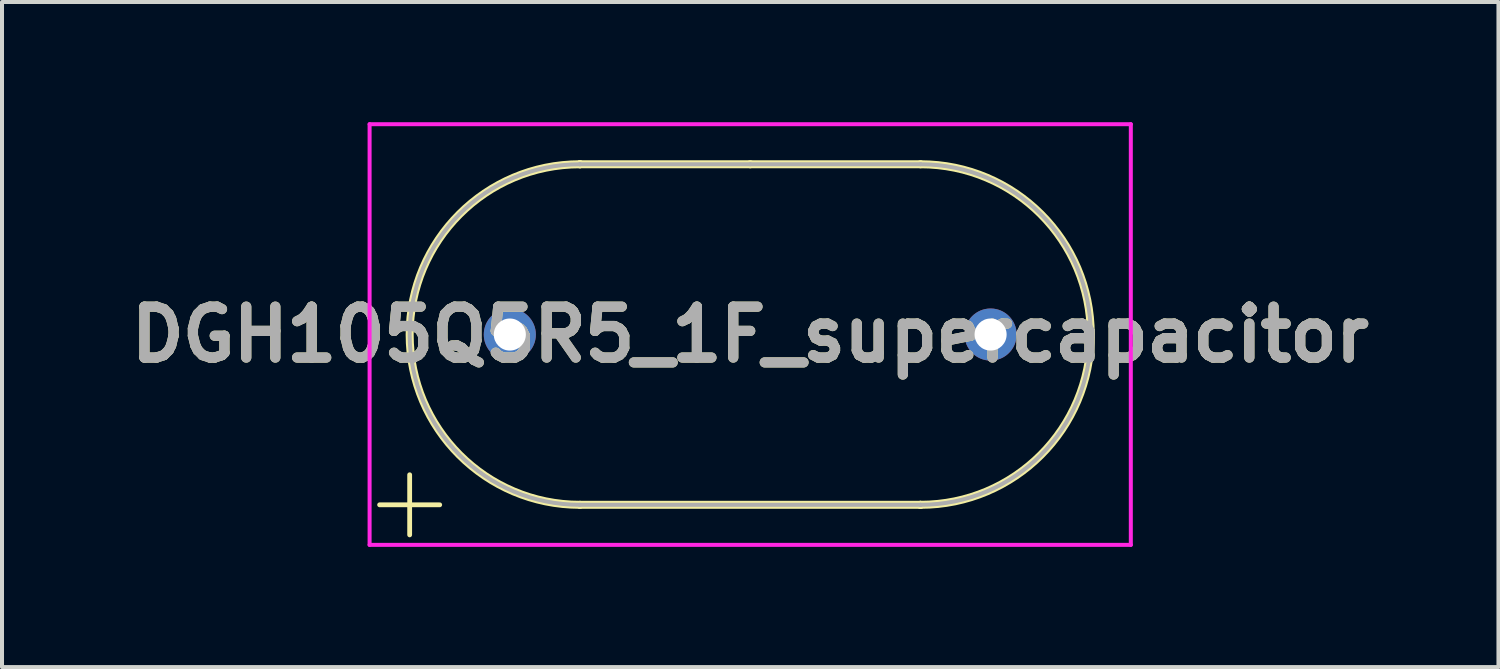
<source format=kicad_pcb>
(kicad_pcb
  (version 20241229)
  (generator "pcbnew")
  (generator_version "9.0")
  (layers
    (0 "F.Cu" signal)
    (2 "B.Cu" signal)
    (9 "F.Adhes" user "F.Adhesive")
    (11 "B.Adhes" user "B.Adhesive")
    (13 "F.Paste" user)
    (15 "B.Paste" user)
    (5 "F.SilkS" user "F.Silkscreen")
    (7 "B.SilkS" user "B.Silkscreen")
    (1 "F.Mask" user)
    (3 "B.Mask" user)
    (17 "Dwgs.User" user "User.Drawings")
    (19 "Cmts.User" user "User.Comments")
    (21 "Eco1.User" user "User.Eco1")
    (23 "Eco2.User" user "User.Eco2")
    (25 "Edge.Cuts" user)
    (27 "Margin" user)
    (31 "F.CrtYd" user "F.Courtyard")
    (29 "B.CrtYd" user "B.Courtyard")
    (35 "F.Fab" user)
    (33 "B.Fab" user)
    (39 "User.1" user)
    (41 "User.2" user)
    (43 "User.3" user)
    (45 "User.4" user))
  (footprint "DGH105Q5R5_1F_supercapacitor"
    (layer "F.Cu")
    (at 9.675 5.3)
    (property "Reference" "DGH105Q5R5_1F_supercapacitor" (at 6 0 0) (layer "F.SilkS") (effects (font (size 1.27 1.27) (thickness 0.254))))
    (attr through_hole)
    (fp_line (start -2.5 3.5) (end -2.5 5) (stroke (width 0.12) (type solid)) (layer "F.SilkS"))
    (fp_line (start -1.75 4.25) (end -3.25 4.25) (stroke (width 0.12) (type solid)) (layer "F.SilkS"))
    (fp_line (start 1.75 -4.25) (end 1.75 -4.25) (stroke (width 0.2) (type solid)) (layer "F.SilkS"))
    (fp_line (start 1.75 4.25) (end 10.25 4.25) (stroke (width 0.2) (type solid)) (layer "F.SilkS"))
    (fp_line (start 6 -4.25) (end 1.75 -4.25) (stroke (width 0.2) (type solid)) (layer "F.SilkS"))
    (fp_line (start 10.25 -4.25) (end 6 -4.25) (stroke (width 0.2) (type solid)) (layer "F.SilkS"))
    (fp_line (start 10.25 4.25) (end 10.25 4.25) (stroke (width 0.2) (type solid)) (layer "F.SilkS"))
    (fp_arc (start 1.75 4.25) (mid -2.5 0) (end 1.75 -4.25) (stroke (width 0.2) (type solid)) (layer "F.SilkS"))
    (fp_arc (start 10.25 -4.25) (mid 14.5 0) (end 10.25 4.25) (stroke (width 0.2) (type solid)) (layer "F.SilkS"))
    (fp_line (start -3.5 -5.25) (end 15.5 -5.25) (stroke (width 0.1) (type solid)) (layer "F.CrtYd"))
    (fp_line (start -3.5 5.25) (end -3.5 -5.25) (stroke (width 0.1) (type solid)) (layer "F.CrtYd"))
    (fp_line (start 15.5 -5.25) (end 15.5 5.25) (stroke (width 0.1) (type solid)) (layer "F.CrtYd"))
    (fp_line (start 15.5 5.25) (end -3.5 5.25) (stroke (width 0.1) (type solid)) (layer "F.CrtYd"))
    (fp_line (start 1.75 -4.25) (end 1.75 -4.25) (stroke (width 0.1) (type solid)) (layer "F.Fab"))
    (fp_line (start 1.75 4.25) (end 10.25 4.25) (stroke (width 0.1) (type solid)) (layer "F.Fab"))
    (fp_line (start 6 -4.25) (end 1.75 -4.25) (stroke (width 0.1) (type solid)) (layer "F.Fab"))
    (fp_line (start 10.25 -4.25) (end 6 -4.25) (stroke (width 0.1) (type solid)) (layer "F.Fab"))
    (fp_line (start 10.25 4.25) (end 10.25 4.25) (stroke (width 0.1) (type solid)) (layer "F.Fab"))
    (fp_arc (start 1.75 4.25) (mid -2.5 0) (end 1.75 -4.25) (stroke (width 0.1) (type solid)) (layer "F.Fab"))
    (fp_arc (start 10.25 -4.25) (mid 14.5 0) (end 10.25 4.25) (stroke (width 0.1) (type solid)) (layer "F.Fab"))
    (fp_text user "${REFERENCE}" (at 6 0 0) (layer "F.Fab") (effects (font (size 1.27 1.27) (thickness 0.254))))
    (pad "1" thru_hole circle (at 0 0) (size 1.3 1.3) (drill 0.8) (layers "*.Cu" "*.Mask"))
    (pad "2" thru_hole circle (at 12 0) (size 1.3 1.3) (drill 0.8) (layers "*.Cu" "*.Mask")))
  (gr_rect
    (start -3 -3)
    (end 34.351 13.6)
    (stroke (width 0.1) (type default))
    (fill no)
    (layer "Edge.Cuts")))
</source>
